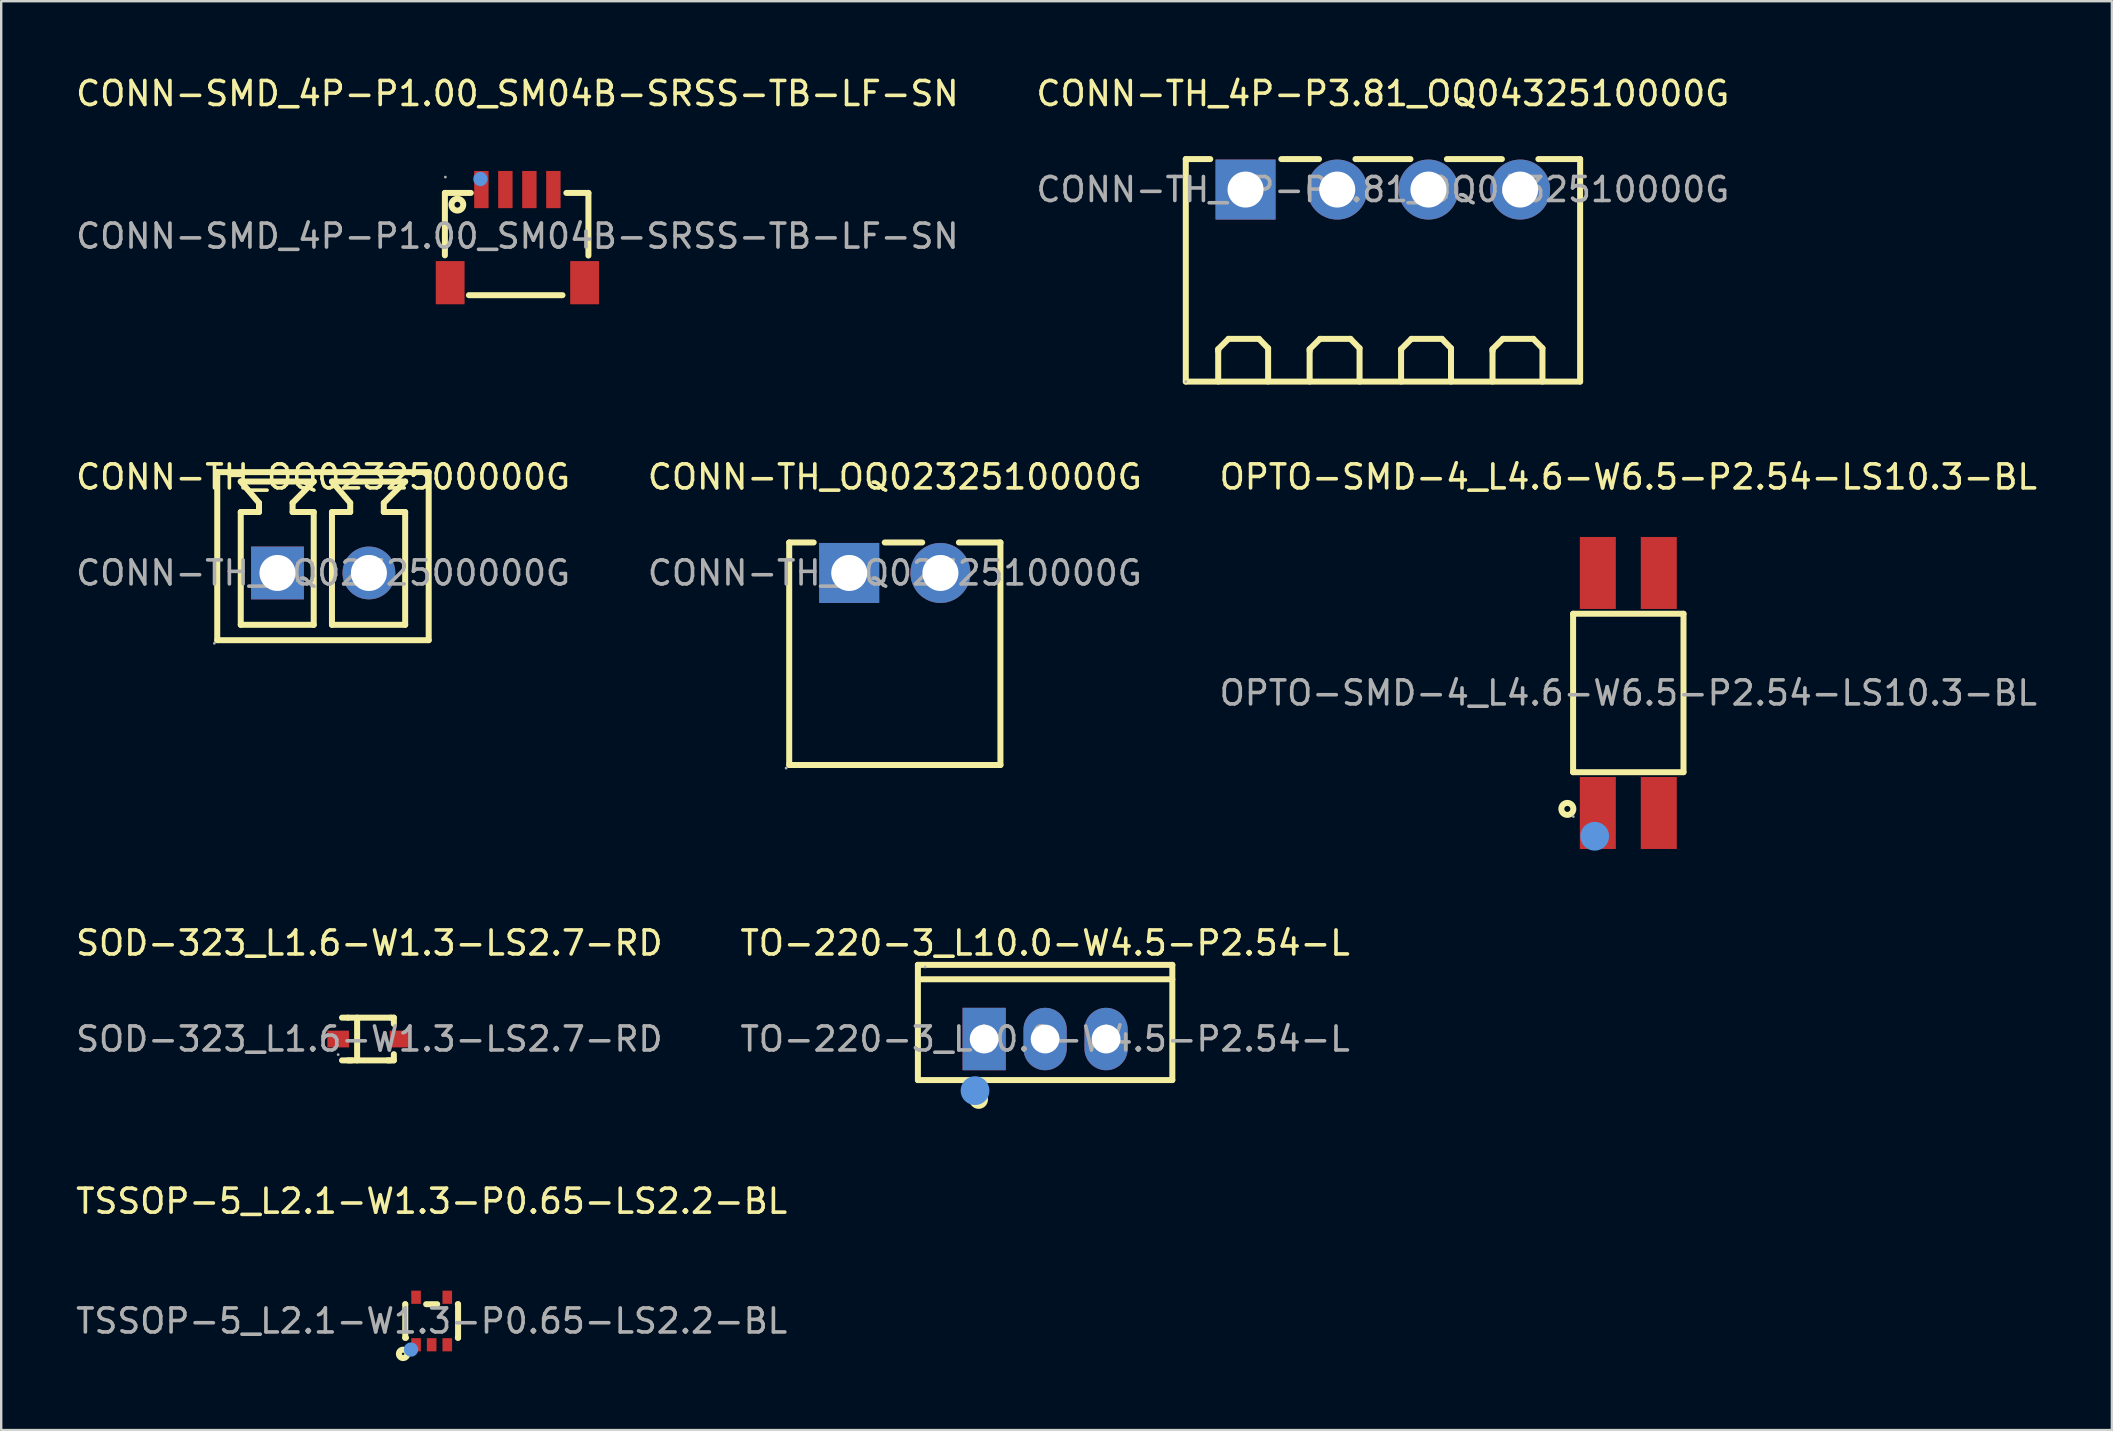
<source format=kicad_pcb>
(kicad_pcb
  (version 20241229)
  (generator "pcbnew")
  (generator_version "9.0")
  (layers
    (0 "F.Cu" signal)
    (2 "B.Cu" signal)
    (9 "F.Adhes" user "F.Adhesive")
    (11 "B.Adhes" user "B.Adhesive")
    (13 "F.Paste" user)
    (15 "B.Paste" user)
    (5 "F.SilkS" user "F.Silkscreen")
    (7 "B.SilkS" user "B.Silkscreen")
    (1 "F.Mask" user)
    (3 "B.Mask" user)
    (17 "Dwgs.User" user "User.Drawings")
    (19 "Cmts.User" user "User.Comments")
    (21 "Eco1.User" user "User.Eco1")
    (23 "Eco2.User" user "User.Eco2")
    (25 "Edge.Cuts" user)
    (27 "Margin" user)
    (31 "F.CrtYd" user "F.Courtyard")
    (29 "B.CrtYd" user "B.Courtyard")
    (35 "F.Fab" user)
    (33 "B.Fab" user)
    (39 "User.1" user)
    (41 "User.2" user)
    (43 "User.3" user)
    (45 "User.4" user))
  (footprint "TSSOP-5_L2.1-W1.3-P0.65-LS2.2-BL"
    (layer "F.Cu")
    (at 14.935 51.988)
    (property "Reference" "TSSOP-5_L2.1-W1.3-P0.65-LS2.2-BL" (at 0 -4.99 0) (layer "F.SilkS") (effects (font (size 1 1) (thickness 0.15))))
    (attr smd)
    (fp_line (start -1.1 -0.7) (end -1.1 -0.7) (stroke (width 0.25) (type solid)) (layer "F.SilkS"))
    (fp_line (start -1.1 -0.7) (end -1.1 0.7) (stroke (width 0.25) (type solid)) (layer "F.SilkS"))
    (fp_line (start -1.1 0.7) (end -1.07 0.7) (stroke (width 0.25) (type solid)) (layer "F.SilkS"))
    (fp_line (start -0.23 -0.7) (end 0.23 -0.7) (stroke (width 0.25) (type solid)) (layer "F.SilkS"))
    (fp_line (start 1.09 -0.7) (end 1.1 -0.7) (stroke (width 0.25) (type solid)) (layer "F.SilkS"))
    (fp_line (start 1.09 0.7) (end 1.1 0.7) (stroke (width 0.25) (type solid)) (layer "F.SilkS"))
    (fp_line (start 1.1 -0.7) (end 1.1 0.7) (stroke (width 0.25) (type solid)) (layer "F.SilkS"))
    (fp_circle (center -1.19 1.37) (end -1.14 1.37) (stroke (width 0.25) (type solid)) (fill no) (layer "F.SilkS"))
    (fp_circle (center -0.86 1.19) (end -0.71 1.19) (stroke (width 0.3) (type solid)) (fill no) (layer "Cmts.User"))
    (fp_circle (center -1.05 1.06) (end -1.02 1.06) (stroke (width 0.06) (type solid)) (fill no) (layer "F.Fab"))
    (fp_text user "${REFERENCE}" (at 0 0 0) (layer "F.Fab") (effects (font (size 1 1) (thickness 0.15))))
    (pad "1" smd rect (at -0.65 0.99 180) (size 0.4 0.55) (layers "F.Cu" "F.Mask" "F.Paste"))
    (pad "2" smd rect (at 0 0.99 180) (size 0.4 0.55) (layers "F.Cu" "F.Mask" "F.Paste"))
    (pad "3" smd rect (at 0.65 0.99 180) (size 0.4 0.55) (layers "F.Cu" "F.Mask" "F.Paste"))
    (pad "4" smd rect (at 0.65 -0.99 180) (size 0.4 0.55) (layers "F.Cu" "F.Mask" "F.Paste"))
    (pad "5" smd rect (at -0.65 -0.99 180) (size 0.4 0.55) (layers "F.Cu" "F.Mask" "F.Paste")))
  (footprint "CONN-TH_OQ0232510000G"
    (layer "F.Cu")
    (at 34.232 20.822)
    (property "Reference" "CONN-TH_OQ0232510000G" (at 0 -4 0) (layer "F.SilkS") (effects (font (size 1 1) (thickness 0.15))))
    (attr through_hole)
    (fp_line (start -4.4 8) (end -4.4 -1.27) (stroke (width 0.25) (type solid)) (layer "F.SilkS"))
    (fp_line (start -3.38 -1.27) (end -4.4 -1.27) (stroke (width 0.25) (type solid)) (layer "F.SilkS"))
    (fp_line (start 1.14 -1.27) (end -0.42 -1.27) (stroke (width 0.25) (type solid)) (layer "F.SilkS"))
    (fp_line (start 4.4 -1.27) (end 2.67 -1.27) (stroke (width 0.25) (type solid)) (layer "F.SilkS"))
    (fp_line (start 4.4 8) (end -4.4 8) (stroke (width 0.25) (type solid)) (layer "F.SilkS"))
    (fp_line (start 4.4 8) (end 4.4 -1.27) (stroke (width 0.25) (type solid)) (layer "F.SilkS"))
    (fp_circle (center -4.53 8.13) (end -4.5 8.13) (stroke (width 0.06) (type solid)) (fill no) (layer "F.Fab"))
    (fp_circle (center -1.9 0) (end -1.57 0) (stroke (width 0.65) (type solid)) (fill no) (layer "F.Fab"))
    (fp_circle (center 1.9 0) (end 2.23 0) (stroke (width 0.65) (type solid)) (fill no) (layer "F.Fab"))
    (fp_text user "${REFERENCE}" (at 0 0 0) (layer "F.Fab") (effects (font (size 1 1) (thickness 0.15))))
    (pad "1" thru_hole rect (at -1.9 0) (size 2.5 2.5) (drill 1.5) (layers "*.Cu" "*.Mask"))
    (pad "2" thru_hole circle (at 1.9 0) (size 2.5 2.5) (drill 1.5) (layers "*.Cu" "*.Mask")))
  (footprint "CONN-TH_4P-P3.81_OQ0432510000G"
    (layer "F.Cu")
    (at 54.565 4.848)
    (property "Reference" "CONN-TH_4P-P3.81_OQ0432510000G" (at 0 -4 0) (layer "F.SilkS") (effects (font (size 1 1) (thickness 0.15))))
    (attr through_hole)
    (fp_line (start -8.21 8) (end -8.21 -1.27) (stroke (width 0.25) (type solid)) (layer "F.SilkS"))
    (fp_line (start -7.19 -1.27) (end -8.21 -1.27) (stroke (width 0.25) (type solid)) (layer "F.SilkS"))
    (fp_line (start -6.86 6.65) (end -6.43 6.22) (stroke (width 0.25) (type solid)) (layer "F.SilkS"))
    (fp_line (start -6.86 6.73) (end -6.86 6.65) (stroke (width 0.25) (type solid)) (layer "F.SilkS"))
    (fp_line (start -6.86 8) (end -6.86 6.73) (stroke (width 0.25) (type solid)) (layer "F.SilkS"))
    (fp_line (start -6.43 6.22) (end -5.16 6.22) (stroke (width 0.25) (type solid)) (layer "F.SilkS"))
    (fp_line (start -5.16 6.22) (end -4.78 6.61) (stroke (width 0.25) (type solid)) (layer "F.SilkS"))
    (fp_line (start -4.78 6.61) (end -4.78 8) (stroke (width 0.25) (type solid)) (layer "F.SilkS"))
    (fp_line (start -3.05 6.65) (end -2.62 6.22) (stroke (width 0.25) (type solid)) (layer "F.SilkS"))
    (fp_line (start -3.05 6.73) (end -3.05 6.65) (stroke (width 0.25) (type solid)) (layer "F.SilkS"))
    (fp_line (start -3.05 8) (end -3.05 6.73) (stroke (width 0.25) (type solid)) (layer "F.SilkS"))
    (fp_line (start -2.66 -1.27) (end -4.23 -1.27) (stroke (width 0.25) (type solid)) (layer "F.SilkS"))
    (fp_line (start -2.62 6.22) (end -1.35 6.22) (stroke (width 0.25) (type solid)) (layer "F.SilkS"))
    (fp_line (start -1.35 6.22) (end -0.97 6.61) (stroke (width 0.25) (type solid)) (layer "F.SilkS"))
    (fp_line (start -0.97 6.61) (end -0.97 8) (stroke (width 0.25) (type solid)) (layer "F.SilkS"))
    (fp_line (start 0.76 6.65) (end 1.19 6.22) (stroke (width 0.25) (type solid)) (layer "F.SilkS"))
    (fp_line (start 0.76 6.73) (end 0.76 6.65) (stroke (width 0.25) (type solid)) (layer "F.SilkS"))
    (fp_line (start 0.76 8) (end 0.76 6.73) (stroke (width 0.25) (type solid)) (layer "F.SilkS"))
    (fp_line (start 1.15 -1.27) (end -1.14 -1.27) (stroke (width 0.25) (type solid)) (layer "F.SilkS"))
    (fp_line (start 1.19 6.22) (end 2.46 6.22) (stroke (width 0.25) (type solid)) (layer "F.SilkS"))
    (fp_line (start 2.46 6.22) (end 2.84 6.61) (stroke (width 0.25) (type solid)) (layer "F.SilkS"))
    (fp_line (start 2.84 6.61) (end 2.84 8) (stroke (width 0.25) (type solid)) (layer "F.SilkS"))
    (fp_line (start 4.57 6.65) (end 5 6.22) (stroke (width 0.25) (type solid)) (layer "F.SilkS"))
    (fp_line (start 4.57 6.73) (end 4.57 6.65) (stroke (width 0.25) (type solid)) (layer "F.SilkS"))
    (fp_line (start 4.57 8) (end 4.57 6.73) (stroke (width 0.25) (type solid)) (layer "F.SilkS"))
    (fp_line (start 4.96 -1.27) (end 2.67 -1.27) (stroke (width 0.25) (type solid)) (layer "F.SilkS"))
    (fp_line (start 5 6.22) (end 6.27 6.22) (stroke (width 0.25) (type solid)) (layer "F.SilkS"))
    (fp_line (start 6.27 6.22) (end 6.65 6.61) (stroke (width 0.25) (type solid)) (layer "F.SilkS"))
    (fp_line (start 6.65 6.61) (end 6.65 8) (stroke (width 0.25) (type solid)) (layer "F.SilkS"))
    (fp_line (start 8.22 -1.27) (end 6.48 -1.27) (stroke (width 0.25) (type solid)) (layer "F.SilkS"))
    (fp_line (start 8.22 8) (end -8.21 8) (stroke (width 0.25) (type solid)) (layer "F.SilkS"))
    (fp_line (start 8.22 8) (end 8.22 -1.27) (stroke (width 0.25) (type solid)) (layer "F.SilkS"))
    (fp_circle (center -8.21 8) (end -8.18 8) (stroke (width 0.06) (type solid)) (fill no) (layer "F.Fab"))
    (fp_text user "${REFERENCE}" (at 0 0 0) (layer "F.Fab") (effects (font (size 1 1) (thickness 0.15))))
    (pad "1" thru_hole rect (at -5.72 0) (size 2.5 2.5) (drill 1.5) (layers "*.Cu" "*.Mask"))
    (pad "2" thru_hole circle (at -1.9 0) (size 2.5 2.5) (drill 1.5) (layers "*.Cu" "*.Mask"))
    (pad "3" thru_hole circle (at 1.9 0) (size 2.5 2.5) (drill 1.5) (layers "*.Cu" "*.Mask"))
    (pad "4" thru_hole circle (at 5.72 0) (size 2.5 2.5) (drill 1.5) (layers "*.Cu" "*.Mask")))
  (footprint "CONN-TH_OQ0232500000G"
    (layer "F.Cu")
    (at 10.411 20.822)
    (property "Reference" "CONN-TH_OQ0232500000G" (at 0 -4 0) (layer "F.SilkS") (effects (font (size 1 1) (thickness 0.15))))
    (attr through_hole)
    (fp_line (start -4.41 -4.2) (end -4.41 2.8) (stroke (width 0.25) (type solid)) (layer "F.SilkS"))
    (fp_line (start -3.43 -3.81) (end -0.39 -3.81) (stroke (width 0.25) (type solid)) (layer "F.SilkS"))
    (fp_line (start -3.43 -2.54) (end -3.43 2.16) (stroke (width 0.25) (type solid)) (layer "F.SilkS"))
    (fp_line (start -3.43 -2.54) (end -2.67 -2.54) (stroke (width 0.25) (type solid)) (layer "F.SilkS"))
    (fp_line (start -3.43 2.16) (end -0.39 2.16) (stroke (width 0.25) (type solid)) (layer "F.SilkS"))
    (fp_line (start -2.67 -2.92) (end -3.43 -3.81) (stroke (width 0.25) (type solid)) (layer "F.SilkS"))
    (fp_line (start -2.67 -2.54) (end -2.67 -2.92) (stroke (width 0.25) (type solid)) (layer "F.SilkS"))
    (fp_line (start -1.27 -2.92) (end -1.27 -2.54) (stroke (width 0.25) (type solid)) (layer "F.SilkS"))
    (fp_line (start -1.27 -2.54) (end -0.39 -2.54) (stroke (width 0.25) (type solid)) (layer "F.SilkS"))
    (fp_line (start -0.39 -3.81) (end -1.27 -2.92) (stroke (width 0.25) (type solid)) (layer "F.SilkS"))
    (fp_line (start -0.39 2.16) (end -0.39 -2.54) (stroke (width 0.25) (type solid)) (layer "F.SilkS"))
    (fp_line (start 0.37 -3.81) (end 3.42 -3.81) (stroke (width 0.25) (type solid)) (layer "F.SilkS"))
    (fp_line (start 0.37 -2.54) (end 0.37 2.16) (stroke (width 0.25) (type solid)) (layer "F.SilkS"))
    (fp_line (start 0.37 -2.54) (end 1.13 -2.54) (stroke (width 0.25) (type solid)) (layer "F.SilkS"))
    (fp_line (start 0.37 2.16) (end 3.42 2.16) (stroke (width 0.25) (type solid)) (layer "F.SilkS"))
    (fp_line (start 1.13 -2.92) (end 0.37 -3.81) (stroke (width 0.25) (type solid)) (layer "F.SilkS"))
    (fp_line (start 1.13 -2.54) (end 1.13 -2.92) (stroke (width 0.25) (type solid)) (layer "F.SilkS"))
    (fp_line (start 2.53 -2.92) (end 2.53 -2.54) (stroke (width 0.25) (type solid)) (layer "F.SilkS"))
    (fp_line (start 2.53 -2.54) (end 3.42 -2.54) (stroke (width 0.25) (type solid)) (layer "F.SilkS"))
    (fp_line (start 3.42 -3.81) (end 2.53 -2.92) (stroke (width 0.25) (type solid)) (layer "F.SilkS"))
    (fp_line (start 3.42 2.16) (end 3.42 -2.54) (stroke (width 0.25) (type solid)) (layer "F.SilkS"))
    (fp_line (start 4.4 -4.2) (end -4.41 -4.2) (stroke (width 0.25) (type solid)) (layer "F.SilkS"))
    (fp_line (start 4.4 -4.2) (end 4.4 2.8) (stroke (width 0.25) (type solid)) (layer "F.SilkS"))
    (fp_line (start 4.4 2.8) (end -4.41 2.8) (stroke (width 0.25) (type solid)) (layer "F.SilkS"))
    (fp_circle (center -4.53 2.93) (end -4.5 2.93) (stroke (width 0.06) (type solid)) (fill no) (layer "F.Fab"))
    (fp_circle (center -1.9 0) (end -1.57 0) (stroke (width 0.65) (type solid)) (fill no) (layer "F.Fab"))
    (fp_circle (center 1.91 0) (end 2.24 0) (stroke (width 0.65) (type solid)) (fill no) (layer "F.Fab"))
    (fp_text user "${REFERENCE}" (at 0 0 0) (layer "F.Fab") (effects (font (size 1 1) (thickness 0.15))))
    (pad "1" thru_hole rect (at -1.9 0) (size 2.2 2.2) (drill 1.5) (layers "*.Cu" "*.Mask"))
    (pad "2" thru_hole circle (at 1.91 0) (size 2.2 2.2) (drill 1.5) (layers "*.Cu" "*.Mask")))
  (footprint "TO-220-3_L10.0-W4.5-P2.54-L"
    (layer "F.Cu")
    (at 40.494 40.24)
    (property "Reference" "TO-220-3_L10.0-W4.5-P2.54-L" (at 0 -4 0) (layer "F.SilkS") (effects (font (size 1 1) (thickness 0.15))))
    (attr smd)
    (fp_line (start -5.3 -3.09) (end 5.3 -3.09) (stroke (width 0.25) (type solid)) (layer "F.SilkS"))
    (fp_line (start -5.3 -3.08) (end -5.3 -3.09) (stroke (width 0.25) (type solid)) (layer "F.SilkS"))
    (fp_line (start -5.3 1.71) (end -5.3 -3.08) (stroke (width 0.25) (type solid)) (layer "F.SilkS"))
    (fp_line (start 5.3 -3.09) (end 5.3 1.71) (stroke (width 0.25) (type solid)) (layer "F.SilkS"))
    (fp_line (start 5.3 -2.49) (end -5.3 -2.49) (stroke (width 0.25) (type solid)) (layer "F.SilkS"))
    (fp_line (start 5.3 1.71) (end -5.3 1.71) (stroke (width 0.25) (type solid)) (layer "F.SilkS"))
    (fp_arc (start -2.76 2.33) (mid -2.775239 2.710191) (end -2.769526 2.329738) (stroke (width 0.4) (type solid)) (layer "F.SilkS"))
    (fp_circle (center -2.92 2.15) (end -2.62 2.15) (stroke (width 0.6) (type solid)) (fill no) (layer "Cmts.User"))
    (fp_circle (center -5 -3) (end -4.97 -3) (stroke (width 0.06) (type solid)) (fill no) (layer "F.Fab"))
    (fp_text user "${REFERENCE}" (at 0 0 0) (layer "F.Fab") (effects (font (size 1 1) (thickness 0.15))))
    (pad "1" thru_hole rect (at -2.54 0) (size 1.8 2.6) (drill 1.2) (layers "*.Cu" "*.Mask"))
    (pad "2" thru_hole oval (at 0 0) (size 1.8 2.6) (drill 1.2) (layers "*.Cu" "*.Mask"))
    (pad "3" thru_hole oval (at 2.54 0) (size 1.8 2.6) (drill 1.2) (layers "*.Cu" "*.Mask")))
  (footprint "CONN-SMD_4P-P1.00_SM04B-SRSS-TB-LF-SN"
    (layer "F.Cu")
    (at 18.506 6.788)
    (property "Reference" "CONN-SMD_4P-P1.00_SM04B-SRSS-TB-LF-SN" (at 0 -5.94 0) (layer "F.SilkS") (effects (font (size 1 1) (thickness 0.15))))
    (attr smd)
    (fp_line (start -3.02 -1.8) (end -3.02 0.8) (stroke (width 0.25) (type solid)) (layer "F.SilkS"))
    (fp_line (start -2.02 2.46) (end 1.88 2.46) (stroke (width 0.25) (type solid)) (layer "F.SilkS"))
    (fp_line (start -1.94 -1.8) (end -3.02 -1.8) (stroke (width 0.25) (type solid)) (layer "F.SilkS"))
    (fp_line (start 2.04 -1.8) (end 2.96 -1.8) (stroke (width 0.25) (type solid)) (layer "F.SilkS"))
    (fp_line (start 2.96 -1.8) (end 2.96 0.81) (stroke (width 0.25) (type solid)) (layer "F.SilkS"))
    (fp_circle (center -2.5 -1.31) (end -2.38 -1.31) (stroke (width 0.25) (type solid)) (fill no) (layer "F.SilkS"))
    (fp_circle (center -1.54 -2.38) (end -1.39 -2.38) (stroke (width 0.3) (type solid)) (fill no) (layer "Cmts.User"))
    (fp_circle (center -3 -2.46) (end -2.97 -2.46) (stroke (width 0.06) (type solid)) (fill no) (layer "F.Fab"))
    (fp_text user "${REFERENCE}" (at 0 0 0) (layer "F.Fab") (effects (font (size 1 1) (thickness 0.15))))
    (pad "1" smd rect (at -1.5 -1.94) (size 0.6 1.55) (layers "F.Cu" "F.Mask" "F.Paste"))
    (pad "2" smd rect (at -0.5 -1.94) (size 0.6 1.55) (layers "F.Cu" "F.Mask" "F.Paste"))
    (pad "3" smd rect (at 0.5 -1.94) (size 0.6 1.55) (layers "F.Cu" "F.Mask" "F.Paste"))
    (pad "4" smd rect (at 1.5 -1.94) (size 0.6 1.55) (layers "F.Cu" "F.Mask" "F.Paste"))
    (pad "5" smd rect (at 2.8 1.94) (size 1.2 1.8) (layers "F.Cu" "F.Mask" "F.Paste"))
    (pad "6" smd rect (at -2.8 1.94) (size 1.2 1.8) (layers "F.Cu" "F.Mask" "F.Paste")))
  (footprint "OPTO-SMD-4_L4.6-W6.5-P2.54-LS10.3-BL"
    (layer "F.Cu")
    (at 64.792 25.822)
    (property "Reference" "OPTO-SMD-4_L4.6-W6.5-P2.54-LS10.3-BL" (at 0 -9 0) (layer "F.SilkS") (effects (font (size 1 1) (thickness 0.15))))
    (attr smd)
    (fp_line (start -2.3 -3.3) (end 2.3 -3.3) (stroke (width 0.25) (type solid)) (layer "F.SilkS"))
    (fp_line (start -2.3 3.3) (end -2.3 -3.3) (stroke (width 0.25) (type solid)) (layer "F.SilkS"))
    (fp_line (start 2.3 -3.3) (end 2.3 3.3) (stroke (width 0.25) (type solid)) (layer "F.SilkS"))
    (fp_line (start 2.3 3.3) (end -2.3 3.3) (stroke (width 0.25) (type solid)) (layer "F.SilkS"))
    (fp_circle (center -2.54 4.83) (end -2.29 4.83) (stroke (width 0.25) (type solid)) (fill no) (layer "F.SilkS"))
    (fp_circle (center -1.4 5.97) (end -1.1 5.97) (stroke (width 0.6) (type solid)) (fill no) (layer "Cmts.User"))
    (fp_circle (center -2.29 5.15) (end -2.26 5.15) (stroke (width 0.06) (type solid)) (fill no) (layer "F.Fab"))
    (fp_text user "${REFERENCE}" (at 0 0 0) (layer "F.Fab") (effects (font (size 1 1) (thickness 0.15))))
    (pad "1" smd rect (at -1.27 5 180) (size 1.5 3) (layers "F.Cu" "F.Mask" "F.Paste"))
    (pad "2" smd rect (at 1.27 5 180) (size 1.5 3) (layers "F.Cu" "F.Mask" "F.Paste"))
    (pad "3" smd rect (at 1.27 -5 180) (size 1.5 3) (layers "F.Cu" "F.Mask" "F.Paste"))
    (pad "4" smd rect (at -1.27 -5 180) (size 1.5 3) (layers "F.Cu" "F.Mask" "F.Paste")))
  (footprint "SOD-323_L1.6-W1.3-LS2.7-RD"
    (layer "F.Cu")
    (at 12.339 40.24)
    (property "Reference" "SOD-323_L1.6-W1.3-LS2.7-RD" (at 0 -4 0) (layer "F.SilkS") (effects (font (size 1 1) (thickness 0.15))))
    (attr smd)
    (fp_line (start -0.89 -0.89) (end -1.14 -0.89) (stroke (width 0.25) (type solid)) (layer "F.SilkS"))
    (fp_line (start -0.89 -0.89) (end 0.89 -0.89) (stroke (width 0.25) (type solid)) (layer "F.SilkS"))
    (fp_line (start -0.89 0.89) (end 0.89 0.89) (stroke (width 0.25) (type solid)) (layer "F.SilkS"))
    (fp_line (start -0.73 0.89) (end -1.14 0.89) (stroke (width 0.25) (type solid)) (layer "F.SilkS"))
    (fp_line (start -0.51 -0.89) (end -0.51 0.89) (stroke (width 0.25) (type solid)) (layer "F.SilkS"))
    (fp_line (start 0.76 0.89) (end 1.02 0.89) (stroke (width 0.25) (type solid)) (layer "F.SilkS"))
    (fp_line (start 0.89 -0.89) (end 1.02 -0.89) (stroke (width 0.25) (type solid)) (layer "F.SilkS"))
    (fp_line (start 1.02 -0.89) (end 1.02 -0.63) (stroke (width 0.25) (type solid)) (layer "F.SilkS"))
    (fp_line (start 1.02 0.89) (end 1.02 0.63) (stroke (width 0.25) (type solid)) (layer "F.SilkS"))
    (fp_circle (center -1.3 0.65) (end -1.27 0.65) (stroke (width 0.06) (type solid)) (fill no) (layer "F.Fab"))
    (fp_text user "${REFERENCE}" (at 0 0 0) (layer "F.Fab") (effects (font (size 1 1) (thickness 0.15))))
    (pad "1" smd rect (at -1.3 0) (size 0.9 0.7) (layers "F.Cu" "F.Mask" "F.Paste"))
    (pad "2" smd rect (at 1.3 0) (size 0.9 0.7) (layers "F.Cu" "F.Mask" "F.Paste")))
  (gr_rect
    (start -3 -3)
    (end 84.94 56.533)
    (stroke (width 0.1) (type default))
    (fill no)
    (layer "Edge.Cuts")))
</source>
